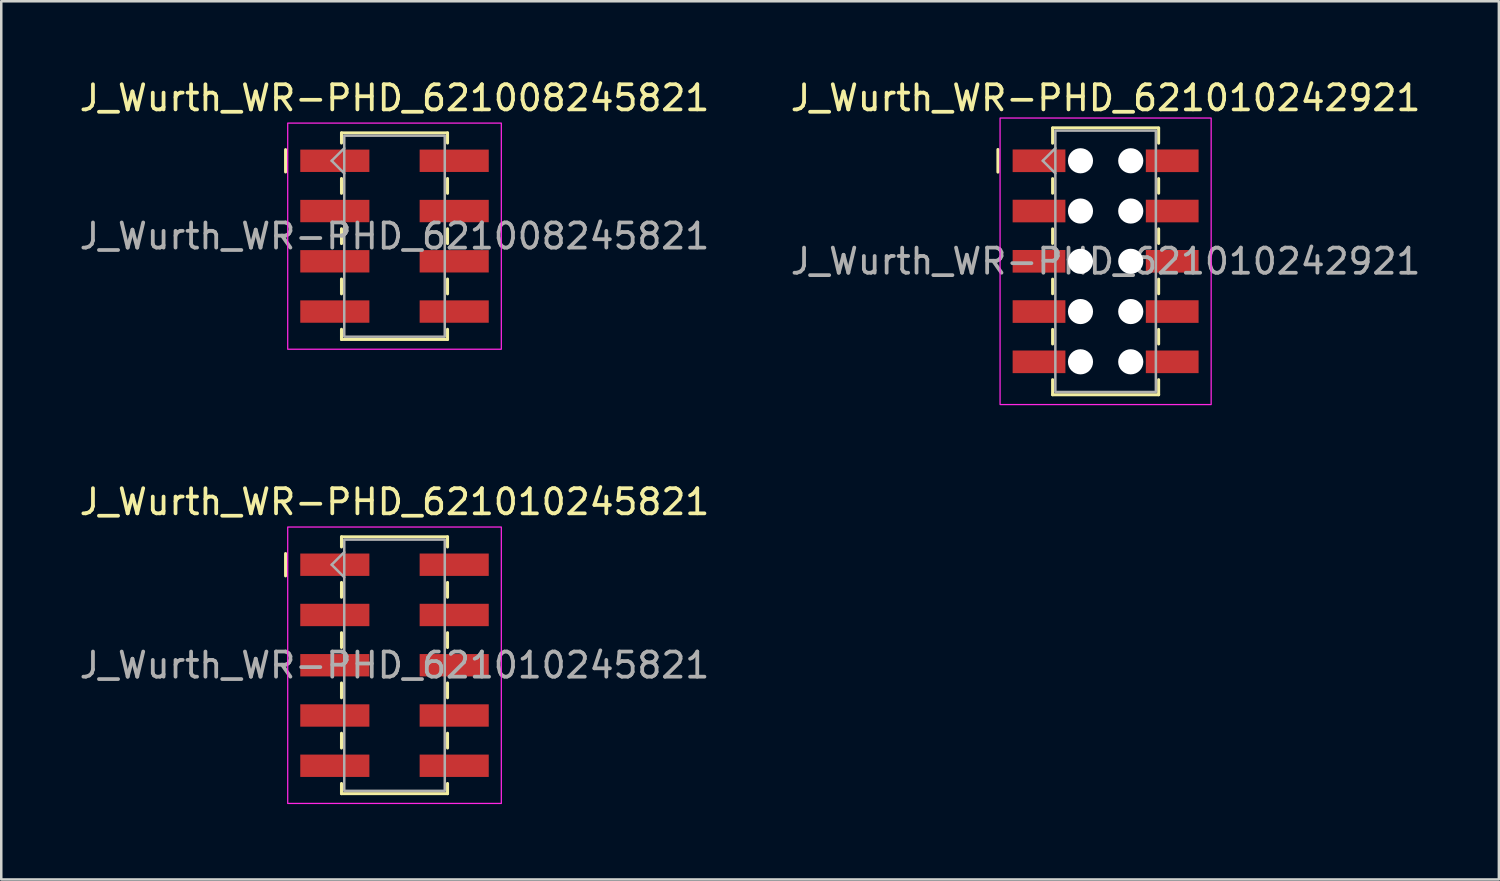
<source format=kicad_pcb>
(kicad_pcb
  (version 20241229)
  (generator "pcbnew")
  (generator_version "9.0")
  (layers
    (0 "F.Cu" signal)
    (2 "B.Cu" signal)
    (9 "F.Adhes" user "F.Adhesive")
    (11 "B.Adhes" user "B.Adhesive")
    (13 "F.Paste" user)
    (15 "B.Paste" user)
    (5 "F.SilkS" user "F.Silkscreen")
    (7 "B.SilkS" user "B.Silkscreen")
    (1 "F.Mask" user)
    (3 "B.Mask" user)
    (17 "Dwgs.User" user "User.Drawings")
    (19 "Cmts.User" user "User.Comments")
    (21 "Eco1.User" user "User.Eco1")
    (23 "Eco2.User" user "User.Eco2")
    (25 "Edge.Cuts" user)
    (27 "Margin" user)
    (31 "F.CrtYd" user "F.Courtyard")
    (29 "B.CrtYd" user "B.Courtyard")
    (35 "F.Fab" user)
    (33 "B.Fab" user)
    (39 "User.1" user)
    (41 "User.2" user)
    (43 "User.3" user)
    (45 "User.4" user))
  (footprint "J_Wurth_WR-PHD_621008245821"
    (layer "F.Cu")
    (at 12.649 6.348)
    (property "Reference" "J_Wurth_WR-PHD_621008245821" (at 0 -5.5 0) (unlocked yes) (layer "F.SilkS") (effects (font (size 1 1) (thickness 0.15))))
    (attr smd)
    (fp_line (start -4.335 -3.445) (end -4.335 -2.555) (stroke (width 0.12) (type solid)) (layer "F.SilkS"))
    (fp_line (start -2.11 -4.11) (end -2.11 -3.705) (stroke (width 0.12) (type solid)) (layer "F.SilkS"))
    (fp_line (start -2.11 -2.295) (end -2.11 -1.705) (stroke (width 0.12) (type solid)) (layer "F.SilkS"))
    (fp_line (start -2.11 -0.295) (end -2.11 0.295) (stroke (width 0.12) (type solid)) (layer "F.SilkS"))
    (fp_line (start -2.11 1.705) (end -2.11 2.295) (stroke (width 0.12) (type solid)) (layer "F.SilkS"))
    (fp_line (start -2.11 3.705) (end -2.11 4.11) (stroke (width 0.12) (type solid)) (layer "F.SilkS"))
    (fp_line (start 2.11 -4.11) (end -2.11 -4.11) (stroke (width 0.12) (type solid)) (layer "F.SilkS"))
    (fp_line (start 2.11 -4.11) (end 2.11 -3.705) (stroke (width 0.12) (type solid)) (layer "F.SilkS"))
    (fp_line (start 2.11 -2.295) (end 2.11 -1.705) (stroke (width 0.12) (type solid)) (layer "F.SilkS"))
    (fp_line (start 2.11 -0.295) (end 2.11 0.295) (stroke (width 0.12) (type solid)) (layer "F.SilkS"))
    (fp_line (start 2.11 1.705) (end 2.11 2.295) (stroke (width 0.12) (type solid)) (layer "F.SilkS"))
    (fp_line (start 2.11 3.705) (end 2.11 4.11) (stroke (width 0.12) (type solid)) (layer "F.SilkS"))
    (fp_line (start 2.11 4.11) (end -2.11 4.11) (stroke (width 0.12) (type solid)) (layer "F.SilkS"))
    (fp_rect (start -4.25 -4.5) (end 4.25 4.5) (stroke (width 0.05) (type solid)) (fill no) (layer "F.CrtYd"))
    (fp_line (start -2.5 -3) (end -2 -2.5) (stroke (width 0.1) (type default)) (layer "F.Fab"))
    (fp_line (start -2 -3.5) (end -2.5 -3) (stroke (width 0.1) (type default)) (layer "F.Fab"))
    (fp_rect (start -2 -4) (end 2 4) (stroke (width 0.1) (type solid)) (fill no) (layer "F.Fab"))
    (fp_text user "${REFERENCE}" (at 0 0 0) (unlocked yes) (layer "F.Fab") (effects (font (size 1 1) (thickness 0.15))))
    (pad "1" smd rect (at -2.375 -3 270) (size 0.89 2.75) (layers "F.Cu" "F.Mask" "F.Paste"))
    (pad "2" smd rect (at 2.375 -3 270) (size 0.89 2.75) (layers "F.Cu" "F.Mask" "F.Paste"))
    (pad "3" smd rect (at -2.375 -1 270) (size 0.89 2.75) (layers "F.Cu" "F.Mask" "F.Paste"))
    (pad "4" smd rect (at 2.375 -1 270) (size 0.89 2.75) (layers "F.Cu" "F.Mask" "F.Paste"))
    (pad "5" smd rect (at -2.375 1 270) (size 0.89 2.75) (layers "F.Cu" "F.Mask" "F.Paste"))
    (pad "6" smd rect (at 2.375 1 270) (size 0.89 2.75) (layers "F.Cu" "F.Mask" "F.Paste"))
    (pad "7" smd rect (at -2.375 3 270) (size 0.89 2.75) (layers "F.Cu" "F.Mask" "F.Paste"))
    (pad "8" smd rect (at 2.375 3 270) (size 0.89 2.75) (layers "F.Cu" "F.Mask" "F.Paste")))
  (footprint "J_Wurth_WR-PHD_621010245821"
    (layer "F.Cu")
    (at 12.649 23.422)
    (property "Reference" "J_Wurth_WR-PHD_621010245821" (at 0 -6.5 0) (unlocked yes) (layer "F.SilkS") (effects (font (size 1 1) (thickness 0.15))))
    (attr smd)
    (fp_line (start -4.335 -4.445) (end -4.335 -3.555) (stroke (width 0.12) (type solid)) (layer "F.SilkS"))
    (fp_line (start -2.11 -5.11) (end -2.11 -4.705) (stroke (width 0.12) (type solid)) (layer "F.SilkS"))
    (fp_line (start -2.11 -3.295) (end -2.11 -2.705) (stroke (width 0.12) (type solid)) (layer "F.SilkS"))
    (fp_line (start -2.11 -1.295) (end -2.11 -0.705) (stroke (width 0.12) (type solid)) (layer "F.SilkS"))
    (fp_line (start -2.11 0.705) (end -2.11 1.295) (stroke (width 0.12) (type solid)) (layer "F.SilkS"))
    (fp_line (start -2.11 2.705) (end -2.11 3.295) (stroke (width 0.12) (type solid)) (layer "F.SilkS"))
    (fp_line (start -2.11 4.705) (end -2.11 5.11) (stroke (width 0.12) (type solid)) (layer "F.SilkS"))
    (fp_line (start 2.11 -5.11) (end -2.11 -5.11) (stroke (width 0.12) (type solid)) (layer "F.SilkS"))
    (fp_line (start 2.11 -5.11) (end 2.11 -4.705) (stroke (width 0.12) (type solid)) (layer "F.SilkS"))
    (fp_line (start 2.11 -3.295) (end 2.11 -2.705) (stroke (width 0.12) (type solid)) (layer "F.SilkS"))
    (fp_line (start 2.11 -1.295) (end 2.11 -0.705) (stroke (width 0.12) (type solid)) (layer "F.SilkS"))
    (fp_line (start 2.11 0.705) (end 2.11 1.295) (stroke (width 0.12) (type solid)) (layer "F.SilkS"))
    (fp_line (start 2.11 2.705) (end 2.11 3.295) (stroke (width 0.12) (type solid)) (layer "F.SilkS"))
    (fp_line (start 2.11 4.705) (end 2.11 5.11) (stroke (width 0.12) (type solid)) (layer "F.SilkS"))
    (fp_line (start 2.11 5.11) (end -2.11 5.11) (stroke (width 0.12) (type solid)) (layer "F.SilkS"))
    (fp_rect (start -4.25 -5.5) (end 4.25 5.5) (stroke (width 0.05) (type solid)) (fill no) (layer "F.CrtYd"))
    (fp_line (start -2.5 -4) (end -2 -3.5) (stroke (width 0.1) (type default)) (layer "F.Fab"))
    (fp_line (start -2 -4.5) (end -2.5 -4) (stroke (width 0.1) (type default)) (layer "F.Fab"))
    (fp_rect (start -2 -5) (end 2 5) (stroke (width 0.1) (type solid)) (fill no) (layer "F.Fab"))
    (fp_text user "${REFERENCE}" (at 0 0 0) (unlocked yes) (layer "F.Fab") (effects (font (size 1 1) (thickness 0.15))))
    (pad "1" smd rect (at -2.375 -4 270) (size 0.89 2.75) (layers "F.Cu" "F.Mask" "F.Paste"))
    (pad "2" smd rect (at 2.375 -4 270) (size 0.89 2.75) (layers "F.Cu" "F.Mask" "F.Paste"))
    (pad "3" smd rect (at -2.375 -2 270) (size 0.89 2.75) (layers "F.Cu" "F.Mask" "F.Paste"))
    (pad "4" smd rect (at 2.375 -2 270) (size 0.89 2.75) (layers "F.Cu" "F.Mask" "F.Paste"))
    (pad "5" smd rect (at -2.375 0 270) (size 0.89 2.75) (layers "F.Cu" "F.Mask" "F.Paste"))
    (pad "6" smd rect (at 2.375 0 270) (size 0.89 2.75) (layers "F.Cu" "F.Mask" "F.Paste"))
    (pad "7" smd rect (at -2.375 2 270) (size 0.89 2.75) (layers "F.Cu" "F.Mask" "F.Paste"))
    (pad "8" smd rect (at 2.375 2 270) (size 0.89 2.75) (layers "F.Cu" "F.Mask" "F.Paste"))
    (pad "9" smd rect (at -2.375 4 270) (size 0.89 2.75) (layers "F.Cu" "F.Mask" "F.Paste"))
    (pad "10" smd rect (at 2.375 4 270) (size 0.89 2.75) (layers "F.Cu" "F.Mask" "F.Paste")))
  (footprint "J_Wurth_WR-PHD_621010242921"
    (layer "F.Cu")
    (at 40.946 7.348)
    (property "Reference" "J_Wurth_WR-PHD_621010242921" (at 0 -6.5 0) (unlocked yes) (layer "F.SilkS") (effects (font (size 1 1) (thickness 0.15))))
    (attr smd)
    (fp_line (start -4.285 -4.45) (end -4.285 -3.55) (stroke (width 0.12) (type solid)) (layer "F.SilkS"))
    (fp_line (start -2.11 -5.31) (end 2.11 -5.31) (stroke (width 0.12) (type solid)) (layer "F.SilkS"))
    (fp_line (start -2.11 -4.7) (end -2.11 -5.3) (stroke (width 0.12) (type solid)) (layer "F.SilkS"))
    (fp_line (start -2.11 -3.29) (end -2.11 -2.71) (stroke (width 0.12) (type solid)) (layer "F.SilkS"))
    (fp_line (start -2.11 -1.29) (end -2.11 -0.71) (stroke (width 0.12) (type solid)) (layer "F.SilkS"))
    (fp_line (start -2.11 0.71) (end -2.11 1.29) (stroke (width 0.12) (type solid)) (layer "F.SilkS"))
    (fp_line (start -2.11 2.71) (end -2.11 3.29) (stroke (width 0.12) (type solid)) (layer "F.SilkS"))
    (fp_line (start -2.11 4.71) (end -2.11 5.31) (stroke (width 0.12) (type solid)) (layer "F.SilkS"))
    (fp_line (start 2.11 -4.7) (end 2.11 -5.3) (stroke (width 0.12) (type solid)) (layer "F.SilkS"))
    (fp_line (start 2.11 -3.29) (end 2.11 -2.71) (stroke (width 0.12) (type solid)) (layer "F.SilkS"))
    (fp_line (start 2.11 -1.29) (end 2.11 -0.71) (stroke (width 0.12) (type solid)) (layer "F.SilkS"))
    (fp_line (start 2.11 0.71) (end 2.11 1.29) (stroke (width 0.12) (type solid)) (layer "F.SilkS"))
    (fp_line (start 2.11 2.71) (end 2.11 3.29) (stroke (width 0.12) (type solid)) (layer "F.SilkS"))
    (fp_line (start 2.11 4.71) (end 2.11 5.31) (stroke (width 0.12) (type solid)) (layer "F.SilkS"))
    (fp_line (start 2.11 5.31) (end -2.11 5.31) (stroke (width 0.12) (type solid)) (layer "F.SilkS"))
    (fp_rect (start -4.2 -5.7) (end 4.2 5.7) (stroke (width 0.05) (type solid)) (fill no) (layer "F.CrtYd"))
    (fp_line (start -2.5 -4) (end -2 -3.5) (stroke (width 0.1) (type default)) (layer "F.Fab"))
    (fp_line (start -2 -4.5) (end -2.5 -4) (stroke (width 0.1) (type default)) (layer "F.Fab"))
    (fp_rect (start -2 -5.2) (end 2 5.2) (stroke (width 0.1) (type solid)) (fill no) (layer "F.Fab"))
    (fp_text user "${REFERENCE}" (at 0 0 0) (unlocked yes) (layer "F.Fab") (effects (font (size 1 1) (thickness 0.15))))
    (pad "" np_thru_hole circle (at -1 -4 270) (size 1 1) (drill 1) (layers "*.Cu" "*.Mask"))
    (pad "" np_thru_hole circle (at -1 -2 270) (size 1 1) (drill 1) (layers "*.Cu" "*.Mask"))
    (pad "" np_thru_hole circle (at -1 0 270) (size 1 1) (drill 1) (layers "*.Cu" "*.Mask"))
    (pad "" np_thru_hole circle (at -1 2 270) (size 1 1) (drill 1) (layers "*.Cu" "*.Mask"))
    (pad "" np_thru_hole circle (at -1 4 270) (size 1 1) (drill 1) (layers "*.Cu" "*.Mask"))
    (pad "" np_thru_hole circle (at 1 -4 270) (size 1 1) (drill 1) (layers "*.Cu" "*.Mask"))
    (pad "" np_thru_hole circle (at 1 -2 270) (size 1 1) (drill 1) (layers "*.Cu" "*.Mask"))
    (pad "" np_thru_hole circle (at 1 0 270) (size 1 1) (drill 1) (layers "*.Cu" "*.Mask"))
    (pad "" np_thru_hole circle (at 1 2 270) (size 1 1) (drill 1) (layers "*.Cu" "*.Mask"))
    (pad "" np_thru_hole circle (at 1 4 270) (size 1 1) (drill 1) (layers "*.Cu" "*.Mask"))
    (pad "1" smd rect (at -2.65 -4 270) (size 0.9 2.1) (layers "F.Cu" "F.Mask" "F.Paste"))
    (pad "2" smd rect (at 2.65 -4 270) (size 0.9 2.1) (layers "F.Cu" "F.Mask" "F.Paste"))
    (pad "3" smd rect (at -2.65 -2 270) (size 0.9 2.1) (layers "F.Cu" "F.Mask" "F.Paste"))
    (pad "4" smd rect (at 2.65 -2 270) (size 0.9 2.1) (layers "F.Cu" "F.Mask" "F.Paste"))
    (pad "5" smd rect (at -2.65 0 270) (size 0.9 2.1) (layers "F.Cu" "F.Mask" "F.Paste"))
    (pad "6" smd rect (at 2.65 0 270) (size 0.9 2.1) (layers "F.Cu" "F.Mask" "F.Paste"))
    (pad "7" smd rect (at -2.65 2 270) (size 0.9 2.1) (layers "F.Cu" "F.Mask" "F.Paste"))
    (pad "8" smd rect (at 2.65 2 270) (size 0.9 2.1) (layers "F.Cu" "F.Mask" "F.Paste"))
    (pad "9" smd rect (at -2.65 4 270) (size 0.9 2.1) (layers "F.Cu" "F.Mask" "F.Paste"))
    (pad "10" smd rect (at 2.65 4 270) (size 0.9 2.1) (layers "F.Cu" "F.Mask" "F.Paste")))
  (gr_rect
    (start -3 -3)
    (end 56.595 31.947)
    (stroke (width 0.1) (type default))
    (fill no)
    (layer "Edge.Cuts")))
</source>
